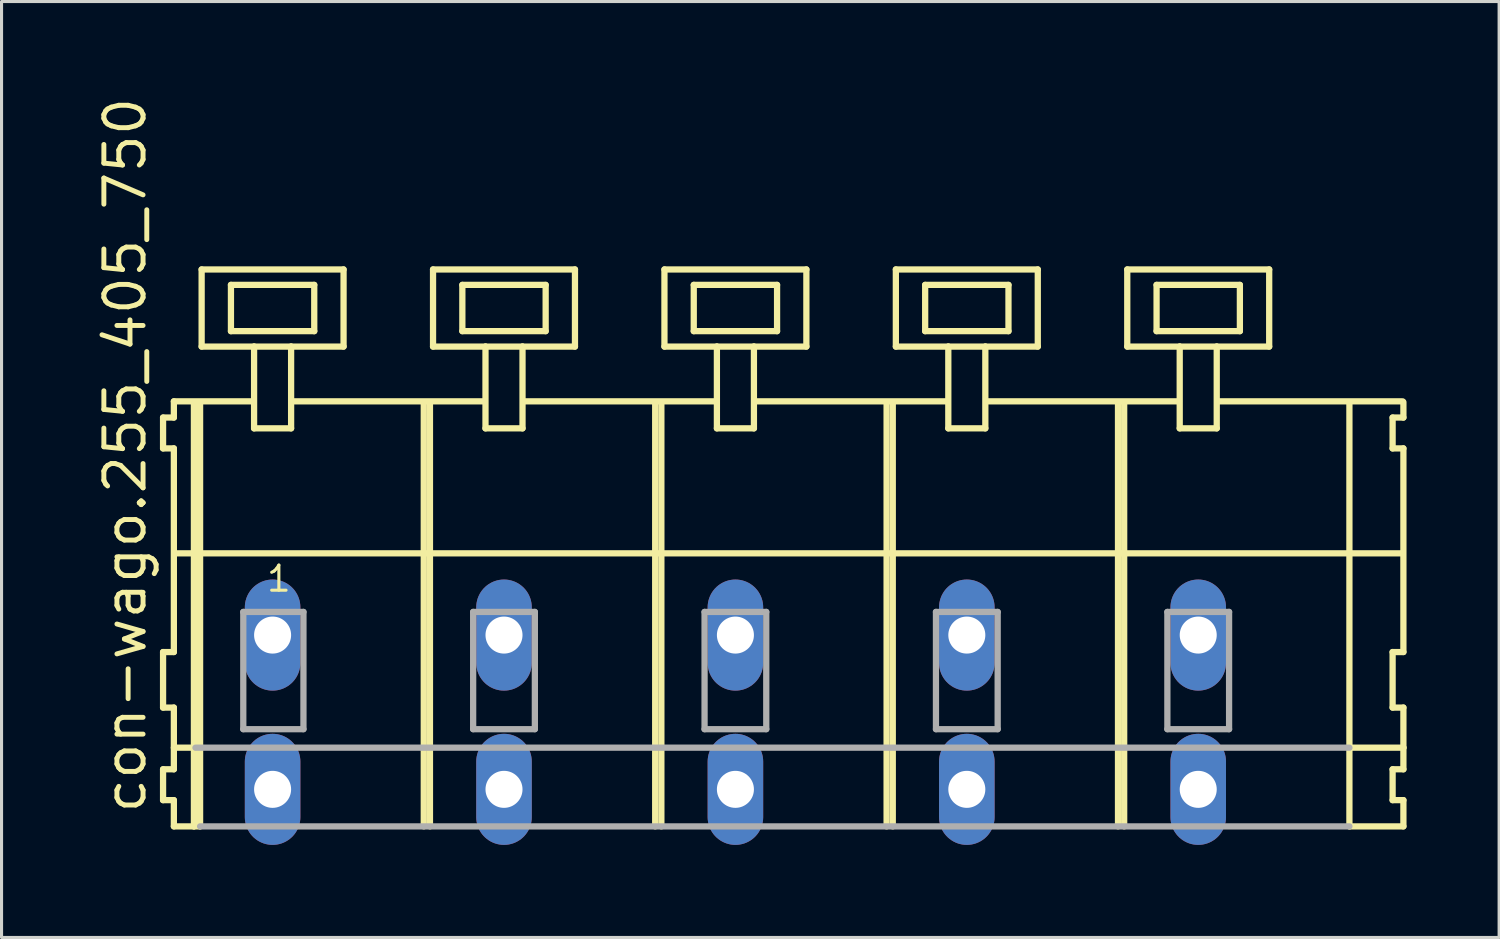
<source format=kicad_pcb>
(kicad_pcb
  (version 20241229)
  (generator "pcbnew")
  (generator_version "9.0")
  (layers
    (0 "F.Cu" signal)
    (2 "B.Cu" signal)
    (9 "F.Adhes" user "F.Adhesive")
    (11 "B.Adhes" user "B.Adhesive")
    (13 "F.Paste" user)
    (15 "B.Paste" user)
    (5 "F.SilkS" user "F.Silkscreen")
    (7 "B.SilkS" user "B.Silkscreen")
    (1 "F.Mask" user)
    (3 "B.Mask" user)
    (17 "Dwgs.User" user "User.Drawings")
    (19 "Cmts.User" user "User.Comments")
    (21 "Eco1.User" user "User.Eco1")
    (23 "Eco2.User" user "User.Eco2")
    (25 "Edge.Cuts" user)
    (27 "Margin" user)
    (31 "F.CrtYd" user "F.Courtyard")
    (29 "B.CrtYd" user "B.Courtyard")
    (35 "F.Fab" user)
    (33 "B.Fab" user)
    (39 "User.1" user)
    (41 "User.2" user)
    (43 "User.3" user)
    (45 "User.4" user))
  (footprint "con-wago.255_405_750"
    (layer "F.Cu")
    (at 18.285 17.533)
    (property "Reference" "con-wago.255_405_750" (at -16.535 5.855 90) (layer "F.SilkS") (effects (font (size 1.27 1.27) (thickness 0.16)) (justify left bottom)))
    (attr through_hole)
    (fp_line (start -16.05 -7.05) (end -16.05 -6.05) (stroke (width 0.203) (type default)) (layer "F.SilkS"))
    (fp_line (start -16.05 -6.05) (end -15.7 -6.05) (stroke (width 0.203) (type default)) (layer "F.SilkS"))
    (fp_line (start -16.05 0.55) (end -16.05 2.35) (stroke (width 0.203) (type default)) (layer "F.SilkS"))
    (fp_line (start -16.05 2.35) (end -15.7 2.35) (stroke (width 0.203) (type default)) (layer "F.SilkS"))
    (fp_line (start -16.05 4.35) (end -16.05 5.35) (stroke (width 0.203) (type default)) (layer "F.SilkS"))
    (fp_line (start -16.05 5.35) (end -15.7 5.35) (stroke (width 0.203) (type default)) (layer "F.SilkS"))
    (fp_line (start -15.7 -7.575) (end -15.7 -7.05) (stroke (width 0.203) (type default)) (layer "F.SilkS"))
    (fp_line (start -15.7 -7.575) (end -13.125 -7.575) (stroke (width 0.203) (type default)) (layer "F.SilkS"))
    (fp_line (start -15.7 -7.05) (end -16.05 -7.05) (stroke (width 0.203) (type default)) (layer "F.SilkS"))
    (fp_line (start -15.7 -6.05) (end -15.7 0.55) (stroke (width 0.203) (type default)) (layer "F.SilkS"))
    (fp_line (start -15.7 0.55) (end -16.05 0.55) (stroke (width 0.203) (type default)) (layer "F.SilkS"))
    (fp_line (start -15.7 2.35) (end -15.7 4.35) (stroke (width 0.203) (type default)) (layer "F.SilkS"))
    (fp_line (start -15.7 3.65) (end -15 3.65) (stroke (width 0.203) (type default)) (layer "F.SilkS"))
    (fp_line (start -15.7 4.35) (end -16.05 4.35) (stroke (width 0.203) (type default)) (layer "F.SilkS"))
    (fp_line (start -15.7 5.35) (end -15.7 6.2) (stroke (width 0.203) (type default)) (layer "F.SilkS"))
    (fp_line (start -15.7 6.2) (end -15.05 6.2) (stroke (width 0.203) (type default)) (layer "F.SilkS"))
    (fp_line (start -15.65 -2.65) (end 24.1 -2.65) (stroke (width 0.203) (type default)) (layer "F.SilkS"))
    (fp_line (start -15.05 -7.55) (end -15.05 6.2) (stroke (width 0.203) (type default)) (layer "F.SilkS"))
    (fp_line (start -15.05 6.2) (end -14.85 6.2) (stroke (width 0.203) (type default)) (layer "F.SilkS"))
    (fp_line (start -14.85 -7.55) (end -14.85 6.2) (stroke (width 0.203) (type default)) (layer "F.SilkS"))
    (fp_line (start -14.8 -11.85) (end -14.8 -9.35) (stroke (width 0.203) (type default)) (layer "F.SilkS"))
    (fp_line (start -14.8 -9.35) (end -13.1 -9.35) (stroke (width 0.203) (type default)) (layer "F.SilkS"))
    (fp_line (start -13.85 -11.35) (end -13.85 -9.85) (stroke (width 0.203) (type default)) (layer "F.SilkS"))
    (fp_line (start -13.85 -9.85) (end -11.15 -9.85) (stroke (width 0.203) (type default)) (layer "F.SilkS"))
    (fp_line (start -13.1 -9.35) (end -13.1 -6.7) (stroke (width 0.203) (type default)) (layer "F.SilkS"))
    (fp_line (start -13.1 -9.35) (end -11.9 -9.35) (stroke (width 0.203) (type default)) (layer "F.SilkS"))
    (fp_line (start -13.1 -6.7) (end -11.9 -6.7) (stroke (width 0.203) (type default)) (layer "F.SilkS"))
    (fp_line (start -11.9 -9.35) (end -10.2 -9.35) (stroke (width 0.203) (type default)) (layer "F.SilkS"))
    (fp_line (start -11.9 -6.7) (end -11.9 -9.35) (stroke (width 0.203) (type default)) (layer "F.SilkS"))
    (fp_line (start -11.825 -7.575) (end -5.625 -7.575) (stroke (width 0.203) (type default)) (layer "F.SilkS"))
    (fp_line (start -11.15 -11.35) (end -13.85 -11.35) (stroke (width 0.203) (type default)) (layer "F.SilkS"))
    (fp_line (start -11.15 -9.85) (end -11.15 -11.35) (stroke (width 0.203) (type default)) (layer "F.SilkS"))
    (fp_line (start -10.2 -11.85) (end -14.8 -11.85) (stroke (width 0.203) (type default)) (layer "F.SilkS"))
    (fp_line (start -10.2 -9.35) (end -10.2 -11.85) (stroke (width 0.203) (type default)) (layer "F.SilkS"))
    (fp_line (start -7.6 -7.55) (end -7.6 6.2) (stroke (width 0.203) (type default)) (layer "F.SilkS"))
    (fp_line (start -7.4 -7.55) (end -7.4 6.2) (stroke (width 0.203) (type default)) (layer "F.SilkS"))
    (fp_line (start -7.3 -11.85) (end -7.3 -9.35) (stroke (width 0.203) (type default)) (layer "F.SilkS"))
    (fp_line (start -7.3 -9.35) (end -5.6 -9.35) (stroke (width 0.203) (type default)) (layer "F.SilkS"))
    (fp_line (start -6.35 -11.35) (end -6.35 -9.85) (stroke (width 0.203) (type default)) (layer "F.SilkS"))
    (fp_line (start -6.35 -9.85) (end -3.65 -9.85) (stroke (width 0.203) (type default)) (layer "F.SilkS"))
    (fp_line (start -5.6 -9.35) (end -5.6 -6.7) (stroke (width 0.203) (type default)) (layer "F.SilkS"))
    (fp_line (start -5.6 -9.35) (end -4.4 -9.35) (stroke (width 0.203) (type default)) (layer "F.SilkS"))
    (fp_line (start -5.6 -6.7) (end -4.4 -6.7) (stroke (width 0.203) (type default)) (layer "F.SilkS"))
    (fp_line (start -4.4 -9.35) (end -2.7 -9.35) (stroke (width 0.203) (type default)) (layer "F.SilkS"))
    (fp_line (start -4.4 -6.7) (end -4.4 -9.35) (stroke (width 0.203) (type default)) (layer "F.SilkS"))
    (fp_line (start -4.325 -7.575) (end 1.875 -7.575) (stroke (width 0.203) (type default)) (layer "F.SilkS"))
    (fp_line (start -3.65 -11.35) (end -6.35 -11.35) (stroke (width 0.203) (type default)) (layer "F.SilkS"))
    (fp_line (start -3.65 -9.85) (end -3.65 -11.35) (stroke (width 0.203) (type default)) (layer "F.SilkS"))
    (fp_line (start -2.7 -11.85) (end -7.3 -11.85) (stroke (width 0.203) (type default)) (layer "F.SilkS"))
    (fp_line (start -2.7 -9.35) (end -2.7 -11.85) (stroke (width 0.203) (type default)) (layer "F.SilkS"))
    (fp_line (start -0.1 -7.55) (end -0.1 6.2) (stroke (width 0.203) (type default)) (layer "F.SilkS"))
    (fp_line (start 0.1 -7.55) (end 0.1 6.2) (stroke (width 0.203) (type default)) (layer "F.SilkS"))
    (fp_line (start 0.2 -11.85) (end 0.2 -9.35) (stroke (width 0.203) (type default)) (layer "F.SilkS"))
    (fp_line (start 0.2 -9.35) (end 1.9 -9.35) (stroke (width 0.203) (type default)) (layer "F.SilkS"))
    (fp_line (start 1.15 -11.35) (end 1.15 -9.85) (stroke (width 0.203) (type default)) (layer "F.SilkS"))
    (fp_line (start 1.15 -9.85) (end 3.85 -9.85) (stroke (width 0.203) (type default)) (layer "F.SilkS"))
    (fp_line (start 1.9 -9.35) (end 1.9 -6.7) (stroke (width 0.203) (type default)) (layer "F.SilkS"))
    (fp_line (start 1.9 -9.35) (end 3.1 -9.35) (stroke (width 0.203) (type default)) (layer "F.SilkS"))
    (fp_line (start 1.9 -6.7) (end 3.1 -6.7) (stroke (width 0.203) (type default)) (layer "F.SilkS"))
    (fp_line (start 3.1 -9.35) (end 4.8 -9.35) (stroke (width 0.203) (type default)) (layer "F.SilkS"))
    (fp_line (start 3.1 -6.7) (end 3.1 -9.35) (stroke (width 0.203) (type default)) (layer "F.SilkS"))
    (fp_line (start 3.175 -7.575) (end 9.375 -7.575) (stroke (width 0.203) (type default)) (layer "F.SilkS"))
    (fp_line (start 3.85 -11.35) (end 1.15 -11.35) (stroke (width 0.203) (type default)) (layer "F.SilkS"))
    (fp_line (start 3.85 -9.85) (end 3.85 -11.35) (stroke (width 0.203) (type default)) (layer "F.SilkS"))
    (fp_line (start 4.8 -11.85) (end 0.2 -11.85) (stroke (width 0.203) (type default)) (layer "F.SilkS"))
    (fp_line (start 4.8 -9.35) (end 4.8 -11.85) (stroke (width 0.203) (type default)) (layer "F.SilkS"))
    (fp_line (start 7.4 -7.55) (end 7.4 6.2) (stroke (width 0.203) (type default)) (layer "F.SilkS"))
    (fp_line (start 7.6 -7.55) (end 7.6 6.2) (stroke (width 0.203) (type default)) (layer "F.SilkS"))
    (fp_line (start 7.7 -11.85) (end 7.7 -9.35) (stroke (width 0.203) (type default)) (layer "F.SilkS"))
    (fp_line (start 7.7 -9.35) (end 9.4 -9.35) (stroke (width 0.203) (type default)) (layer "F.SilkS"))
    (fp_line (start 8.65 -11.35) (end 8.65 -9.85) (stroke (width 0.203) (type default)) (layer "F.SilkS"))
    (fp_line (start 8.65 -9.85) (end 11.35 -9.85) (stroke (width 0.203) (type default)) (layer "F.SilkS"))
    (fp_line (start 9.4 -9.35) (end 9.4 -6.7) (stroke (width 0.203) (type default)) (layer "F.SilkS"))
    (fp_line (start 9.4 -9.35) (end 10.6 -9.35) (stroke (width 0.203) (type default)) (layer "F.SilkS"))
    (fp_line (start 9.4 -6.7) (end 10.6 -6.7) (stroke (width 0.203) (type default)) (layer "F.SilkS"))
    (fp_line (start 10.6 -9.35) (end 12.3 -9.35) (stroke (width 0.203) (type default)) (layer "F.SilkS"))
    (fp_line (start 10.6 -6.7) (end 10.6 -9.35) (stroke (width 0.203) (type default)) (layer "F.SilkS"))
    (fp_line (start 10.675 -7.575) (end 16.875 -7.575) (stroke (width 0.203) (type default)) (layer "F.SilkS"))
    (fp_line (start 11.35 -11.35) (end 8.65 -11.35) (stroke (width 0.203) (type default)) (layer "F.SilkS"))
    (fp_line (start 11.35 -9.85) (end 11.35 -11.35) (stroke (width 0.203) (type default)) (layer "F.SilkS"))
    (fp_line (start 12.3 -11.85) (end 7.7 -11.85) (stroke (width 0.203) (type default)) (layer "F.SilkS"))
    (fp_line (start 12.3 -9.35) (end 12.3 -11.85) (stroke (width 0.203) (type default)) (layer "F.SilkS"))
    (fp_line (start 14.9 -7.55) (end 14.9 6.2) (stroke (width 0.203) (type default)) (layer "F.SilkS"))
    (fp_line (start 15.1 -7.55) (end 15.1 6.2) (stroke (width 0.203) (type default)) (layer "F.SilkS"))
    (fp_line (start 15.2 -11.85) (end 15.2 -9.35) (stroke (width 0.203) (type default)) (layer "F.SilkS"))
    (fp_line (start 15.2 -9.35) (end 16.9 -9.35) (stroke (width 0.203) (type default)) (layer "F.SilkS"))
    (fp_line (start 16.15 -11.35) (end 16.15 -9.85) (stroke (width 0.203) (type default)) (layer "F.SilkS"))
    (fp_line (start 16.15 -9.85) (end 18.85 -9.85) (stroke (width 0.203) (type default)) (layer "F.SilkS"))
    (fp_line (start 16.9 -9.35) (end 16.9 -6.7) (stroke (width 0.203) (type default)) (layer "F.SilkS"))
    (fp_line (start 16.9 -9.35) (end 18.1 -9.35) (stroke (width 0.203) (type default)) (layer "F.SilkS"))
    (fp_line (start 16.9 -6.7) (end 18.1 -6.7) (stroke (width 0.203) (type default)) (layer "F.SilkS"))
    (fp_line (start 18.1 -9.35) (end 19.8 -9.35) (stroke (width 0.203) (type default)) (layer "F.SilkS"))
    (fp_line (start 18.1 -6.7) (end 18.1 -9.35) (stroke (width 0.203) (type default)) (layer "F.SilkS"))
    (fp_line (start 18.125 -7.575) (end 24.125 -7.575) (stroke (width 0.203) (type default)) (layer "F.SilkS"))
    (fp_line (start 18.85 -11.35) (end 16.15 -11.35) (stroke (width 0.203) (type default)) (layer "F.SilkS"))
    (fp_line (start 18.85 -9.85) (end 18.85 -11.35) (stroke (width 0.203) (type default)) (layer "F.SilkS"))
    (fp_line (start 19.8 -11.85) (end 15.2 -11.85) (stroke (width 0.203) (type default)) (layer "F.SilkS"))
    (fp_line (start 19.8 -9.35) (end 19.8 -11.85) (stroke (width 0.203) (type default)) (layer "F.SilkS"))
    (fp_line (start 22.4 -7.55) (end 22.4 6.2) (stroke (width 0.203) (type default)) (layer "F.SilkS"))
    (fp_line (start 22.4 6.2) (end 24.15 6.2) (stroke (width 0.203) (type default)) (layer "F.SilkS"))
    (fp_line (start 22.45 3.65) (end 24.15 3.65) (stroke (width 0.203) (type default)) (layer "F.SilkS"))
    (fp_line (start 23.8 -7.05) (end 23.8 -6.05) (stroke (width 0.203) (type default)) (layer "F.SilkS"))
    (fp_line (start 23.8 -6.05) (end 24.15 -6.05) (stroke (width 0.203) (type default)) (layer "F.SilkS"))
    (fp_line (start 23.8 0.55) (end 23.8 2.35) (stroke (width 0.203) (type default)) (layer "F.SilkS"))
    (fp_line (start 23.8 2.35) (end 24.15 2.35) (stroke (width 0.203) (type default)) (layer "F.SilkS"))
    (fp_line (start 23.8 4.35) (end 23.8 5.35) (stroke (width 0.203) (type default)) (layer "F.SilkS"))
    (fp_line (start 23.8 5.35) (end 24.15 5.35) (stroke (width 0.203) (type default)) (layer "F.SilkS"))
    (fp_line (start 24.15 -7.05) (end 23.8 -7.05) (stroke (width 0.203) (type default)) (layer "F.SilkS"))
    (fp_line (start 24.15 -7.05) (end 24.15 -7.55) (stroke (width 0.203) (type default)) (layer "F.SilkS"))
    (fp_line (start 24.15 0.55) (end 23.8 0.55) (stroke (width 0.203) (type default)) (layer "F.SilkS"))
    (fp_line (start 24.15 0.55) (end 24.15 -6.05) (stroke (width 0.203) (type default)) (layer "F.SilkS"))
    (fp_line (start 24.15 3.65) (end 24.15 2.35) (stroke (width 0.203) (type default)) (layer "F.SilkS"))
    (fp_line (start 24.15 4.35) (end 23.8 4.35) (stroke (width 0.203) (type default)) (layer "F.SilkS"))
    (fp_line (start 24.15 4.35) (end 24.15 3.65) (stroke (width 0.203) (type default)) (layer "F.SilkS"))
    (fp_line (start 24.15 6.2) (end 24.15 5.35) (stroke (width 0.203) (type default)) (layer "F.SilkS"))
    (fp_line (start -15 3.65) (end 22.4 3.65) (stroke (width 0.203) (type default)) (layer "F.Fab"))
    (fp_line (start -14.85 6.2) (end 22.4 6.2) (stroke (width 0.203) (type default)) (layer "F.Fab"))
    (fp_line (start -13.45 -0.75) (end -13.45 3.05) (stroke (width 0.203) (type default)) (layer "F.Fab"))
    (fp_line (start -13.45 3.05) (end -11.5 3.05) (stroke (width 0.203) (type default)) (layer "F.Fab"))
    (fp_line (start -11.5 -0.75) (end -13.45 -0.75) (stroke (width 0.203) (type default)) (layer "F.Fab"))
    (fp_line (start -11.5 3.05) (end -11.5 -0.75) (stroke (width 0.203) (type default)) (layer "F.Fab"))
    (fp_line (start -6 -0.75) (end -6 3.05) (stroke (width 0.203) (type default)) (layer "F.Fab"))
    (fp_line (start -6 3.05) (end -4 3.05) (stroke (width 0.203) (type default)) (layer "F.Fab"))
    (fp_line (start -4 -0.75) (end -6 -0.75) (stroke (width 0.203) (type default)) (layer "F.Fab"))
    (fp_line (start -4 3.05) (end -4 -0.75) (stroke (width 0.203) (type default)) (layer "F.Fab"))
    (fp_line (start 1.5 -0.75) (end 1.5 3.05) (stroke (width 0.203) (type default)) (layer "F.Fab"))
    (fp_line (start 1.5 3.05) (end 3.5 3.05) (stroke (width 0.203) (type default)) (layer "F.Fab"))
    (fp_line (start 3.5 -0.75) (end 1.5 -0.75) (stroke (width 0.203) (type default)) (layer "F.Fab"))
    (fp_line (start 3.5 3.05) (end 3.5 -0.75) (stroke (width 0.203) (type default)) (layer "F.Fab"))
    (fp_line (start 9 -0.75) (end 9 3.05) (stroke (width 0.203) (type default)) (layer "F.Fab"))
    (fp_line (start 9 3.05) (end 11 3.05) (stroke (width 0.203) (type default)) (layer "F.Fab"))
    (fp_line (start 11 -0.75) (end 9 -0.75) (stroke (width 0.203) (type default)) (layer "F.Fab"))
    (fp_line (start 11 3.05) (end 11 -0.75) (stroke (width 0.203) (type default)) (layer "F.Fab"))
    (fp_line (start 16.5 -0.75) (end 16.5 3.05) (stroke (width 0.203) (type default)) (layer "F.Fab"))
    (fp_line (start 16.5 3.05) (end 18.5 3.05) (stroke (width 0.203) (type default)) (layer "F.Fab"))
    (fp_line (start 18.5 -0.75) (end 16.5 -0.75) (stroke (width 0.203) (type default)) (layer "F.Fab"))
    (fp_line (start 18.5 3.05) (end 18.5 -0.75) (stroke (width 0.203) (type default)) (layer "F.Fab"))
    (fp_text user "1" (at -12.75 -1.35 0) (layer "F.SilkS") (effects (font (size 0.813 0.813) (thickness 0.1)) (justify left bottom)))
    (pad "A1" thru_hole oval (at -12.5 0 90) (size 3.6 1.8) (drill 1.2) (layers "*.Cu" "*.Mask"))
    (pad "A2" thru_hole oval (at -5 0 90) (size 3.6 1.8) (drill 1.2) (layers "*.Cu" "*.Mask"))
    (pad "A3" thru_hole oval (at 2.5 0 90) (size 3.6 1.8) (drill 1.2) (layers "*.Cu" "*.Mask"))
    (pad "A4" thru_hole oval (at 10 0 90) (size 3.6 1.8) (drill 1.2) (layers "*.Cu" "*.Mask"))
    (pad "A5" thru_hole oval (at 17.5 0 90) (size 3.6 1.8) (drill 1.2) (layers "*.Cu" "*.Mask"))
    (pad "B1" thru_hole oval (at -12.5 5 90) (size 3.6 1.8) (drill 1.2) (layers "*.Cu" "*.Mask"))
    (pad "B2" thru_hole oval (at -5 5 90) (size 3.6 1.8) (drill 1.2) (layers "*.Cu" "*.Mask"))
    (pad "B3" thru_hole oval (at 2.5 5 90) (size 3.6 1.8) (drill 1.2) (layers "*.Cu" "*.Mask"))
    (pad "B4" thru_hole oval (at 10 5 90) (size 3.6 1.8) (drill 1.2) (layers "*.Cu" "*.Mask"))
    (pad "B5" thru_hole oval (at 17.5 5 90) (size 3.6 1.8) (drill 1.2) (layers "*.Cu" "*.Mask")))
  (gr_rect
    (start -3 -3)
    (end 45.537 27.333)
    (stroke (width 0.1) (type default))
    (fill no)
    (layer "Edge.Cuts")))
</source>
